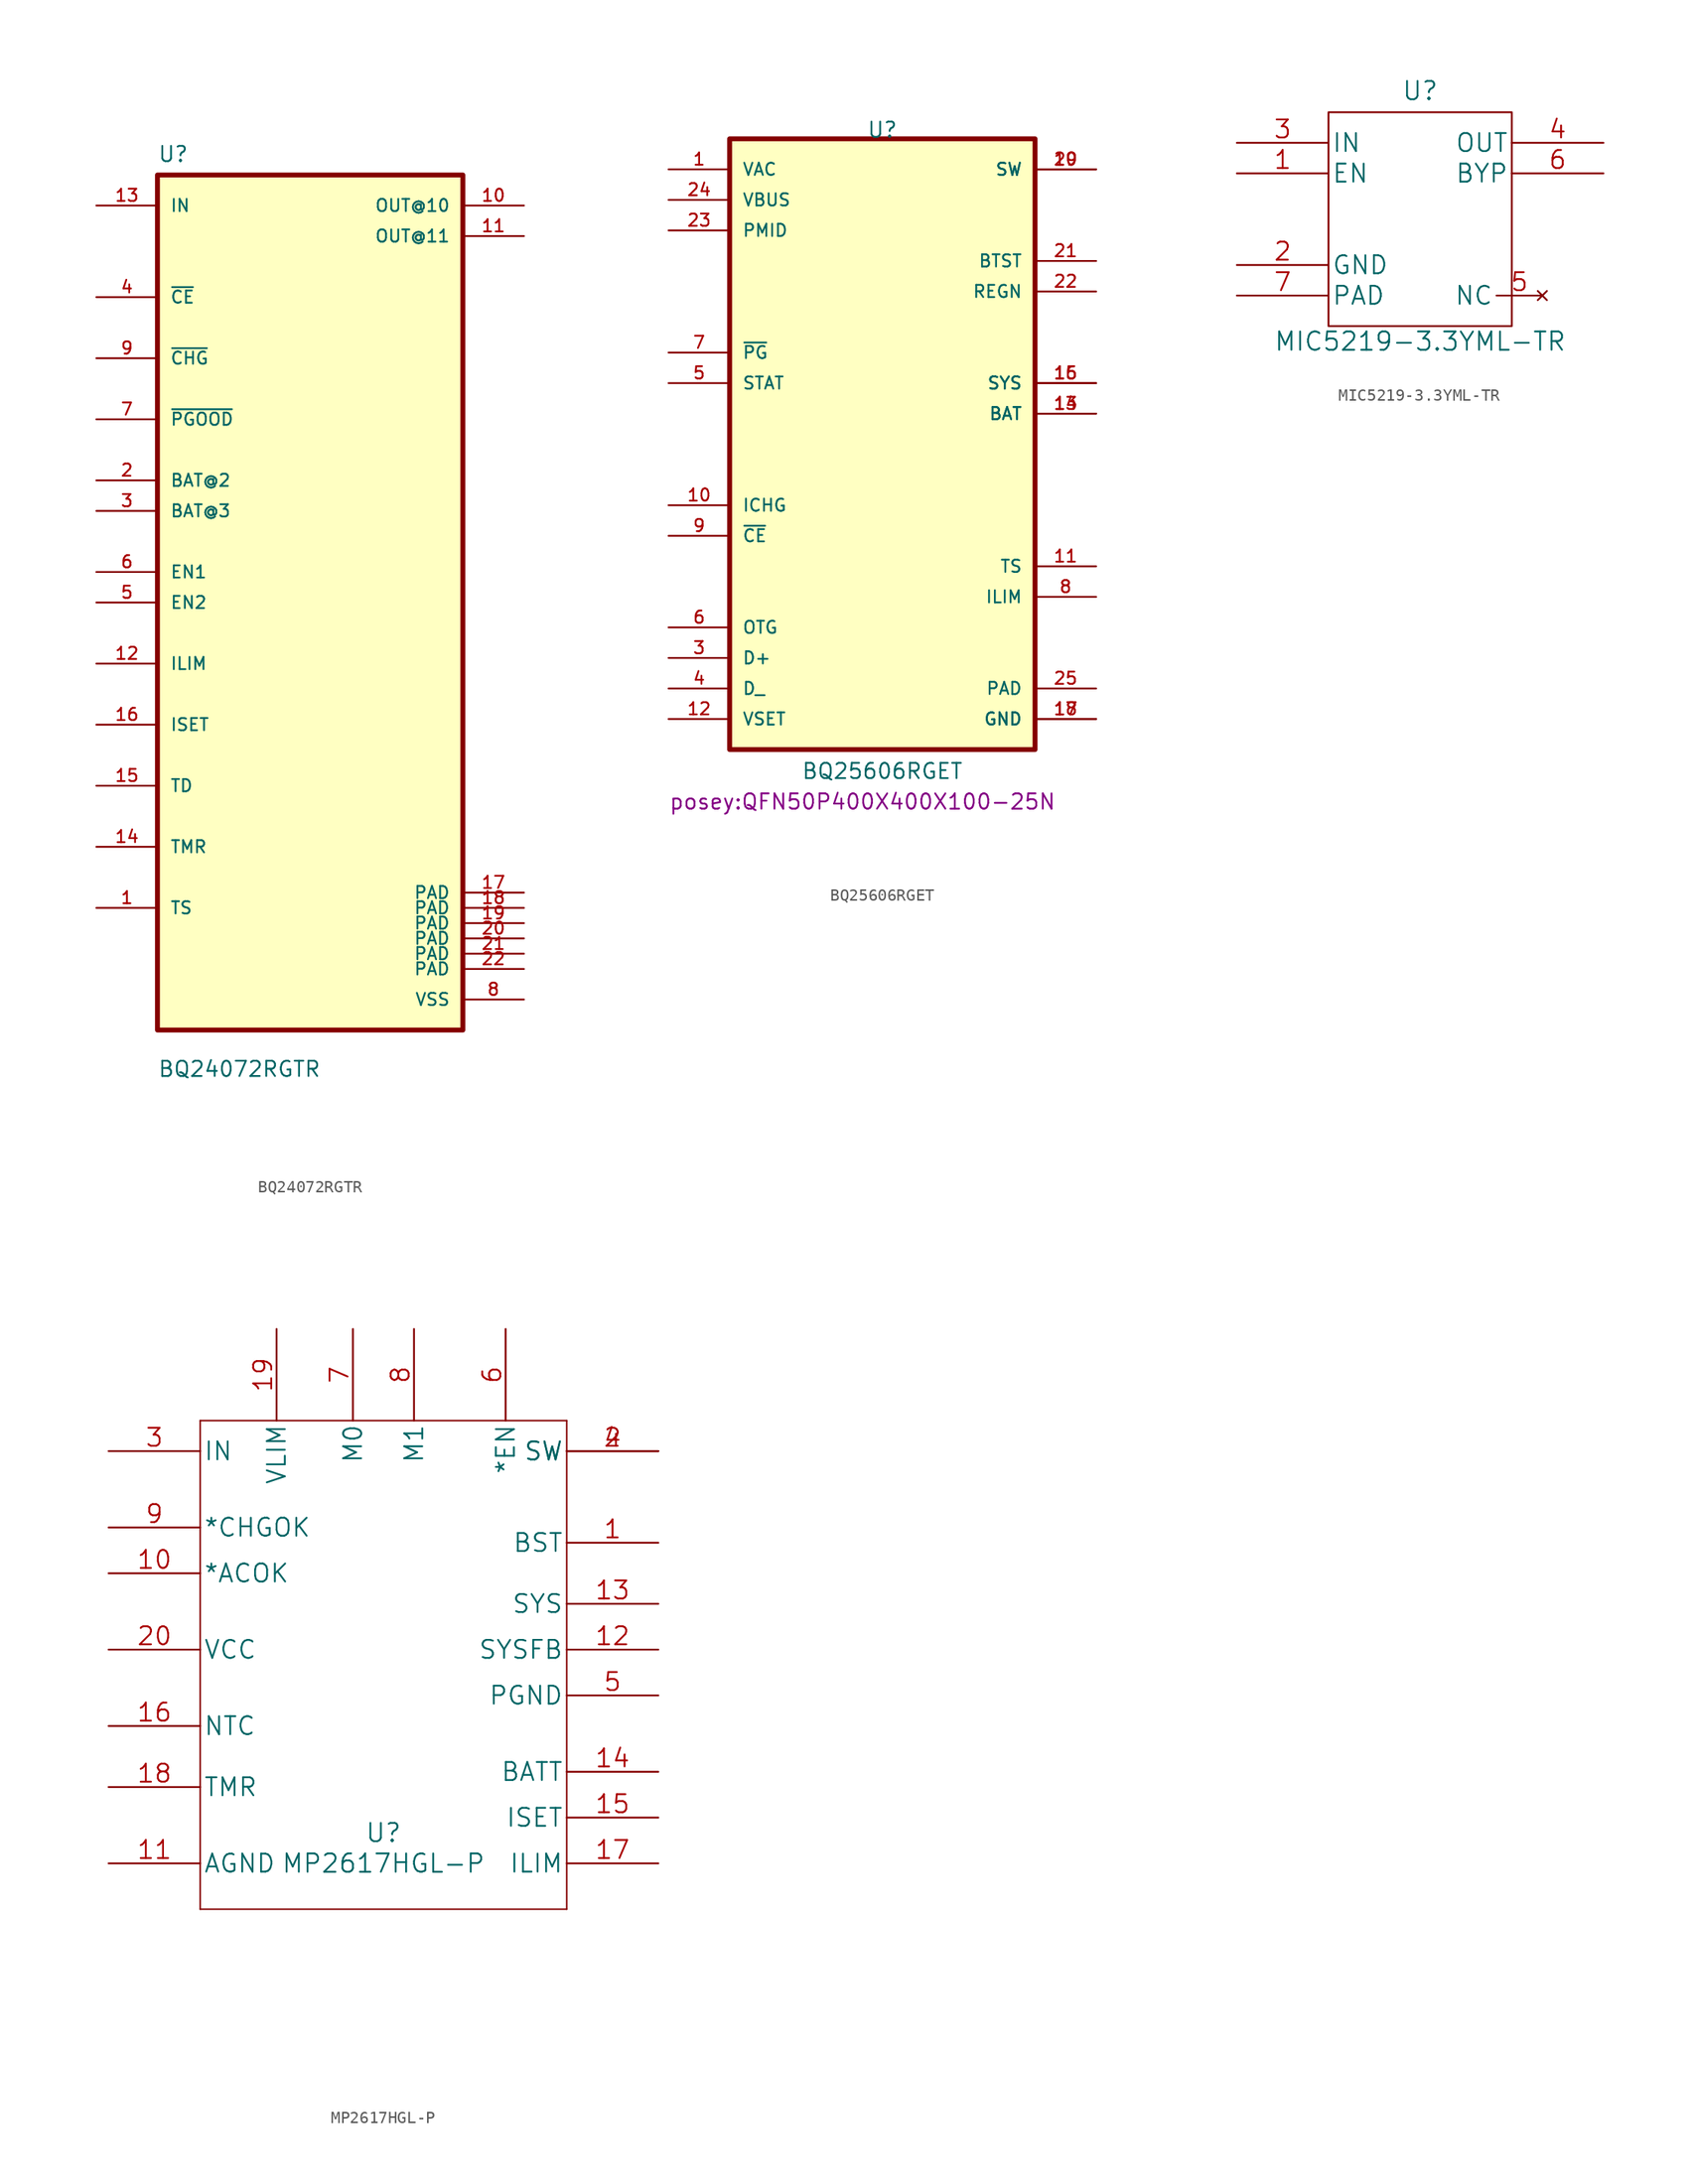
<source format=kicad_sym>
(kicad_symbol_lib
  (version 20211014)
  (generator kicad_symbol_editor)
  (symbol "BQ24072RGTR"
    (pin_names
      (offset 1.016))
    (property "Reference" "U"
      (at -12.7 36.551 0)
      (effects (font (size 1.27 1.27)) (justify left bottom)))
    (property "Value" "BQ24072RGTR"
      (at -12.7 -39.548 0)
      (effects (font (size 1.27 1.27)) (justify left bottom)))
    (symbol "BQ24072RGTR_0_0"
      (rectangle (start -12.7 -35.56) (end 12.7 35.56) (stroke (width 0.406) (type default) (color 0 0 0 0)) (fill (type background)))
      (pin bidirectional line (at -17.78 -25.4 0) (length 5.08) (name "TS" (effects (font (size 1.016 1.016)))) (number "1" (effects (font (size 1.016 1.016)))))
      (pin output line (at 17.78 33.02 180) (length 5.08) (name "OUT@10" (effects (font (size 1.016 1.016)))) (number "10" (effects (font (size 1.016 1.016)))))
      (pin output line (at 17.78 30.48 180) (length 5.08) (name "OUT@11" (effects (font (size 1.016 1.016)))) (number "11" (effects (font (size 1.016 1.016)))))
      (pin bidirectional line (at -17.78 -5.08 0) (length 5.08) (name "ILIM" (effects (font (size 1.016 1.016)))) (number "12" (effects (font (size 1.016 1.016)))))
      (pin input line (at -17.78 33.02 0) (length 5.08) (name "IN" (effects (font (size 1.016 1.016)))) (number "13" (effects (font (size 1.016 1.016)))))
      (pin bidirectional line (at -17.78 -20.32 0) (length 5.08) (name "TMR" (effects (font (size 1.016 1.016)))) (number "14" (effects (font (size 1.016 1.016)))))
      (pin bidirectional line (at -17.78 -15.24 0) (length 5.08) (name "TD" (effects (font (size 1.016 1.016)))) (number "15" (effects (font (size 1.016 1.016)))))
      (pin bidirectional line (at -17.78 -10.16 0) (length 5.08) (name "ISET" (effects (font (size 1.016 1.016)))) (number "16" (effects (font (size 1.016 1.016)))))
      (pin power_in line (at 17.78 -24.13 180) (length 5.08) (name "PAD" (effects (font (size 1.016 1.016)))) (number "17" (effects (font (size 1.016 1.016)))))
      (pin power_in line (at 17.78 -25.4 180) (length 5.08) (name "PAD" (effects (font (size 1.016 1.016)))) (number "18" (effects (font (size 1.016 1.016)))))
      (pin power_in line (at 17.78 -26.67 180) (length 5.08) (name "PAD" (effects (font (size 1.016 1.016)))) (number "19" (effects (font (size 1.016 1.016)))))
      (pin bidirectional line (at -17.78 10.16 0) (length 5.08) (name "BAT@2" (effects (font (size 1.016 1.016)))) (number "2" (effects (font (size 1.016 1.016)))))
      (pin power_in line (at 17.78 -27.94 180) (length 5.08) (name "PAD" (effects (font (size 1.016 1.016)))) (number "20" (effects (font (size 1.016 1.016)))))
      (pin power_in line (at 17.78 -29.21 180) (length 5.08) (name "PAD" (effects (font (size 1.016 1.016)))) (number "21" (effects (font (size 1.016 1.016)))))
      (pin power_in line (at 17.78 -30.48 180) (length 5.08) (name "PAD" (effects (font (size 1.016 1.016)))) (number "22" (effects (font (size 1.016 1.016)))))
      (pin bidirectional line (at -17.78 7.62 0) (length 5.08) (name "BAT@3" (effects (font (size 1.016 1.016)))) (number "3" (effects (font (size 1.016 1.016)))))
      (pin bidirectional line (at -17.78 25.4 0) (length 5.08) (name "~{CE}" (effects (font (size 1.016 1.016)))) (number "4" (effects (font (size 1.016 1.016)))))
      (pin bidirectional line (at -17.78 0 0) (length 5.08) (name "EN2" (effects (font (size 1.016 1.016)))) (number "5" (effects (font (size 1.016 1.016)))))
      (pin bidirectional line (at -17.78 2.54 0) (length 5.08) (name "EN1" (effects (font (size 1.016 1.016)))) (number "6" (effects (font (size 1.016 1.016)))))
      (pin bidirectional line (at -17.78 15.24 0) (length 5.08) (name "~{PGOOD}" (effects (font (size 1.016 1.016)))) (number "7" (effects (font (size 1.016 1.016)))))
      (pin power_in line (at 17.78 -33.02 180) (length 5.08) (name "VSS" (effects (font (size 1.016 1.016)))) (number "8" (effects (font (size 1.016 1.016)))))
      (pin bidirectional line (at -17.78 20.32 0) (length 5.08) (name "~{CHG}" (effects (font (size 1.016 1.016)))) (number "9" (effects (font (size 1.016 1.016)))))))
  (symbol "BQ25606RGET"
    (pin_names
      (offset 1.016))
    (property "Reference" "U"
      (at 0 22.86 0)
      (effects (font (size 1.27 1.27)) (justify bottom)))
    (property "Value" "BQ25606RGET"
      (at 0 -30.48 0)
      (effects (font (size 1.27 1.27)) (justify bottom)))
    (property "Footprint" "posey:QFN50P400X400X100-25N"
      (at -17.78 -33.02 0)
      (effects (font (size 1.27 1.27)) (justify left bottom)))
    (symbol "BQ25606RGET_0_0"
      (rectangle (start -12.7 22.86) (end 12.7 -27.94) (stroke (width 0.406) (type default) (color 0 0 0 0)) (fill (type background)))
      (pin input line (at -17.78 20.32 0) (length 5.08) (name "VAC" (effects (font (size 1.016 1.016)))) (number "1" (effects (font (size 1.016 1.016)))))
      (pin input line (at -17.78 -7.62 0) (length 5.08) (name "ICHG" (effects (font (size 1.016 1.016)))) (number "10" (effects (font (size 1.016 1.016)))))
      (pin input line (at 17.78 -12.7 180) (length 5.08) (name "TS" (effects (font (size 1.016 1.016)))) (number "11" (effects (font (size 1.016 1.016)))))
      (pin input line (at -17.78 -25.4 0) (length 5.08) (name "VSET" (effects (font (size 1.016 1.016)))) (number "12" (effects (font (size 1.016 1.016)))))
      (pin power_in line (at 17.78 0 180) (length 5.08) (name "BAT" (effects (font (size 1.016 1.016)))) (number "13" (effects (font (size 1.016 1.016)))))
      (pin power_in line (at 17.78 0 180) (length 5.08) (name "BAT" (effects (font (size 1.016 1.016)))) (number "14" (effects (font (size 1.016 1.016)))))
      (pin power_in line (at 17.78 2.54 180) (length 5.08) (name "SYS" (effects (font (size 1.016 1.016)))) (number "15" (effects (font (size 1.016 1.016)))))
      (pin power_in line (at 17.78 2.54 180) (length 5.08) (name "SYS" (effects (font (size 1.016 1.016)))) (number "16" (effects (font (size 1.016 1.016)))))
      (pin power_in line (at 17.78 -25.4 180) (length 5.08) (name "GND" (effects (font (size 1.016 1.016)))) (number "17" (effects (font (size 1.016 1.016)))))
      (pin power_in line (at 17.78 -25.4 180) (length 5.08) (name "GND" (effects (font (size 1.016 1.016)))) (number "18" (effects (font (size 1.016 1.016)))))
      (pin power_in line (at 17.78 20.32 180) (length 5.08) (name "SW" (effects (font (size 1.016 1.016)))) (number "19" (effects (font (size 1.016 1.016)))))
      (pin power_in line (at 17.78 20.32 180) (length 5.08) (name "SW" (effects (font (size 1.016 1.016)))) (number "20" (effects (font (size 1.016 1.016)))))
      (pin power_in line (at 17.78 12.7 180) (length 5.08) (name "BTST" (effects (font (size 1.016 1.016)))) (number "21" (effects (font (size 1.016 1.016)))))
      (pin power_in line (at 17.78 10.16 180) (length 5.08) (name "REGN" (effects (font (size 1.016 1.016)))) (number "22" (effects (font (size 1.016 1.016)))))
      (pin power_in line (at -17.78 15.24 0) (length 5.08) (name "PMID" (effects (font (size 1.016 1.016)))) (number "23" (effects (font (size 1.016 1.016)))))
      (pin power_in line (at -17.78 17.78 0) (length 5.08) (name "VBUS" (effects (font (size 1.016 1.016)))) (number "24" (effects (font (size 1.016 1.016)))))
      (pin power_in line (at 17.78 -22.86 180) (length 5.08) (name "PAD" (effects (font (size 1.016 1.016)))) (number "25" (effects (font (size 1.016 1.016)))))
      (pin bidirectional line (at -17.78 -20.32 0) (length 5.08) (name "D+" (effects (font (size 1.016 1.016)))) (number "3" (effects (font (size 1.016 1.016)))))
      (pin bidirectional line (at -17.78 -22.86 0) (length 5.08) (name "D_" (effects (font (size 1.016 1.016)))) (number "4" (effects (font (size 1.016 1.016)))))
      (pin output line (at -17.78 2.54 0) (length 5.08) (name "STAT" (effects (font (size 1.016 1.016)))) (number "5" (effects (font (size 1.016 1.016)))))
      (pin input line (at -17.78 -17.78 0) (length 5.08) (name "OTG" (effects (font (size 1.016 1.016)))) (number "6" (effects (font (size 1.016 1.016)))))
      (pin output line (at -17.78 5.08 0) (length 5.08) (name "~{PG}" (effects (font (size 1.016 1.016)))) (number "7" (effects (font (size 1.016 1.016)))))
      (pin input line (at 17.78 -15.24 180) (length 5.08) (name "ILIM" (effects (font (size 1.016 1.016)))) (number "8" (effects (font (size 1.016 1.016)))))
      (pin input line (at -17.78 -10.16 0) (length 5.08) (name "~{CE}" (effects (font (size 1.016 1.016)))) (number "9" (effects (font (size 1.016 1.016)))))))
  (symbol "MIC5219-3.3YML-TR"
    (pin_names
      (offset 0.254))
    (property "Reference" "U"
      (at 0 9.398 0)
      (effects (font (size 1.524 1.524))))
    (property "Value" "MIC5219-3.3YML-TR"
      (at 0 -11.43 0)
      (effects (font (size 1.524 1.524))))
    (property "Datasheet" ""
      (at -15.494 2.54 0)
      (effects (font (size 1.524 1.524))))
    (symbol "MIC5219-3.3YML-TR_0_1"
      (rectangle (start -7.62 7.62) (end 7.62 -10.16) (stroke (width 0) (type default) (color 0 0 0 0)) (fill (type none))))
    (symbol "MIC5219-3.3YML-TR_1_1"
      (pin input line (at -15.24 2.54 0) (length 7.62) (name "EN" (effects (font (size 1.499 1.499)))) (number "1" (effects (font (size 1.499 1.499)))))
      (pin power_in line (at -15.24 -5.08 0) (length 7.62) (name "GND" (effects (font (size 1.499 1.499)))) (number "2" (effects (font (size 1.499 1.499)))))
      (pin input line (at -15.24 5.08 0) (length 7.62) (name "IN" (effects (font (size 1.499 1.499)))) (number "3" (effects (font (size 1.499 1.499)))))
      (pin power_out line (at 15.24 5.08 180) (length 7.62) (name "OUT" (effects (font (size 1.499 1.499)))) (number "4" (effects (font (size 1.499 1.499)))))
      (pin no_connect line (at 10.16 -7.62 180) (length 3.81) (name "NC" (effects (font (size 1.499 1.499)))) (number "5" (effects (font (size 1.499 1.499)))))
      (pin output line (at 15.24 2.54 180) (length 7.62) (name "BYP" (effects (font (size 1.499 1.499)))) (number "6" (effects (font (size 1.499 1.499)))))
      (pin passive line (at -15.24 -7.62 0) (length 7.62) (name "PAD" (effects (font (size 1.499 1.499)))) (number "7" (effects (font (size 1.499 1.499)))))))
  (symbol "MP2617HGL-P"
    (pin_names
      (offset 0.254))
    (property "Reference" "U"
      (at 0.635 -15.24 0)
      (effects (font (size 1.524 1.524))))
    (property "Value" "MP2617HGL-P"
      (at 0.635 -17.78 0)
      (effects (font (size 1.524 1.524))))
    (property "Datasheet" ""
      (at 2.54 -31.75 0)
      (effects (font (size 1.524 1.524))))
    (symbol "MP2617HGL-P_1_1"
      (polyline (pts (xy -14.605 -21.59) (xy 15.875 -21.59)) (stroke (width 0.127) (type default) (color 0 0 0 0)) (fill (type none)))
      (polyline (pts (xy -14.605 19.05) (xy -14.605 -21.59)) (stroke (width 0.127) (type default) (color 0 0 0 0)) (fill (type none)))
      (polyline (pts (xy 15.875 -21.59) (xy 15.875 19.05)) (stroke (width 0.127) (type default) (color 0 0 0 0)) (fill (type none)))
      (polyline (pts (xy 15.875 19.05) (xy -14.605 19.05)) (stroke (width 0.127) (type default) (color 0 0 0 0)) (fill (type none)))
      (pin power_in line (at 23.495 8.89 180) (length 7.62) (name "BST" (effects (font (size 1.499 1.499)))) (number "1" (effects (font (size 1.499 1.499)))))
      (pin output line (at -22.225 6.35 0) (length 7.62) (name "*ACOK" (effects (font (size 1.499 1.499)))) (number "10" (effects (font (size 1.499 1.499)))))
      (pin power_in line (at -22.225 -17.78 0) (length 7.62) (name "AGND" (effects (font (size 1.499 1.499)))) (number "11" (effects (font (size 1.499 1.499)))))
      (pin unspecified line (at 23.495 0 180) (length 7.62) (name "SYSFB" (effects (font (size 1.499 1.499)))) (number "12" (effects (font (size 1.499 1.499)))))
      (pin output line (at 23.495 3.81 180) (length 7.62) (name "SYS" (effects (font (size 1.499 1.499)))) (number "13" (effects (font (size 1.499 1.499)))))
      (pin power_in line (at 23.495 -10.16 180) (length 7.62) (name "BATT" (effects (font (size 1.499 1.499)))) (number "14" (effects (font (size 1.499 1.499)))))
      (pin unspecified line (at 23.495 -13.97 180) (length 7.62) (name "ISET" (effects (font (size 1.499 1.499)))) (number "15" (effects (font (size 1.499 1.499)))))
      (pin input line (at -22.225 -6.35 0) (length 7.62) (name "NTC" (effects (font (size 1.499 1.499)))) (number "16" (effects (font (size 1.499 1.499)))))
      (pin input line (at 23.495 -17.78 180) (length 7.62) (name "ILIM" (effects (font (size 1.499 1.499)))) (number "17" (effects (font (size 1.499 1.499)))))
      (pin unspecified line (at -22.225 -11.43 0) (length 7.62) (name "TMR" (effects (font (size 1.499 1.499)))) (number "18" (effects (font (size 1.499 1.499)))))
      (pin input line (at -8.255 26.67 270) (length 7.62) (name "VLIM" (effects (font (size 1.499 1.499)))) (number "19" (effects (font (size 1.499 1.499)))))
      (pin output line (at 23.495 16.51 180) (length 7.62) (name "SW" (effects (font (size 1.499 1.499)))) (number "2" (effects (font (size 1.499 1.499)))))
      (pin power_in line (at -22.225 0 0) (length 7.62) (name "VCC" (effects (font (size 1.499 1.499)))) (number "20" (effects (font (size 1.499 1.499)))))
      (pin power_in line (at -22.225 16.51 0) (length 7.62) (name "IN" (effects (font (size 1.499 1.499)))) (number "3" (effects (font (size 1.499 1.499)))))
      (pin output line (at 23.495 16.51 180) (length 7.62) (name "SW" (effects (font (size 1.499 1.499)))) (number "4" (effects (font (size 1.499 1.499)))))
      (pin power_in line (at 23.495 -3.81 180) (length 7.62) (name "PGND" (effects (font (size 1.499 1.499)))) (number "5" (effects (font (size 1.499 1.499)))))
      (pin unspecified line (at 10.795 26.67 270) (length 7.62) (name "*EN" (effects (font (size 1.499 1.499)))) (number "6" (effects (font (size 1.499 1.499)))))
      (pin input line (at -1.905 26.67 270) (length 7.62) (name "M0" (effects (font (size 1.499 1.499)))) (number "7" (effects (font (size 1.499 1.499)))))
      (pin input line (at 3.175 26.67 270) (length 7.62) (name "M1" (effects (font (size 1.499 1.499)))) (number "8" (effects (font (size 1.499 1.499)))))
      (pin output line (at -22.225 10.16 0) (length 7.62) (name "*CHGOK" (effects (font (size 1.499 1.499)))) (number "9" (effects (font (size 1.499 1.499))))))))
</source>
